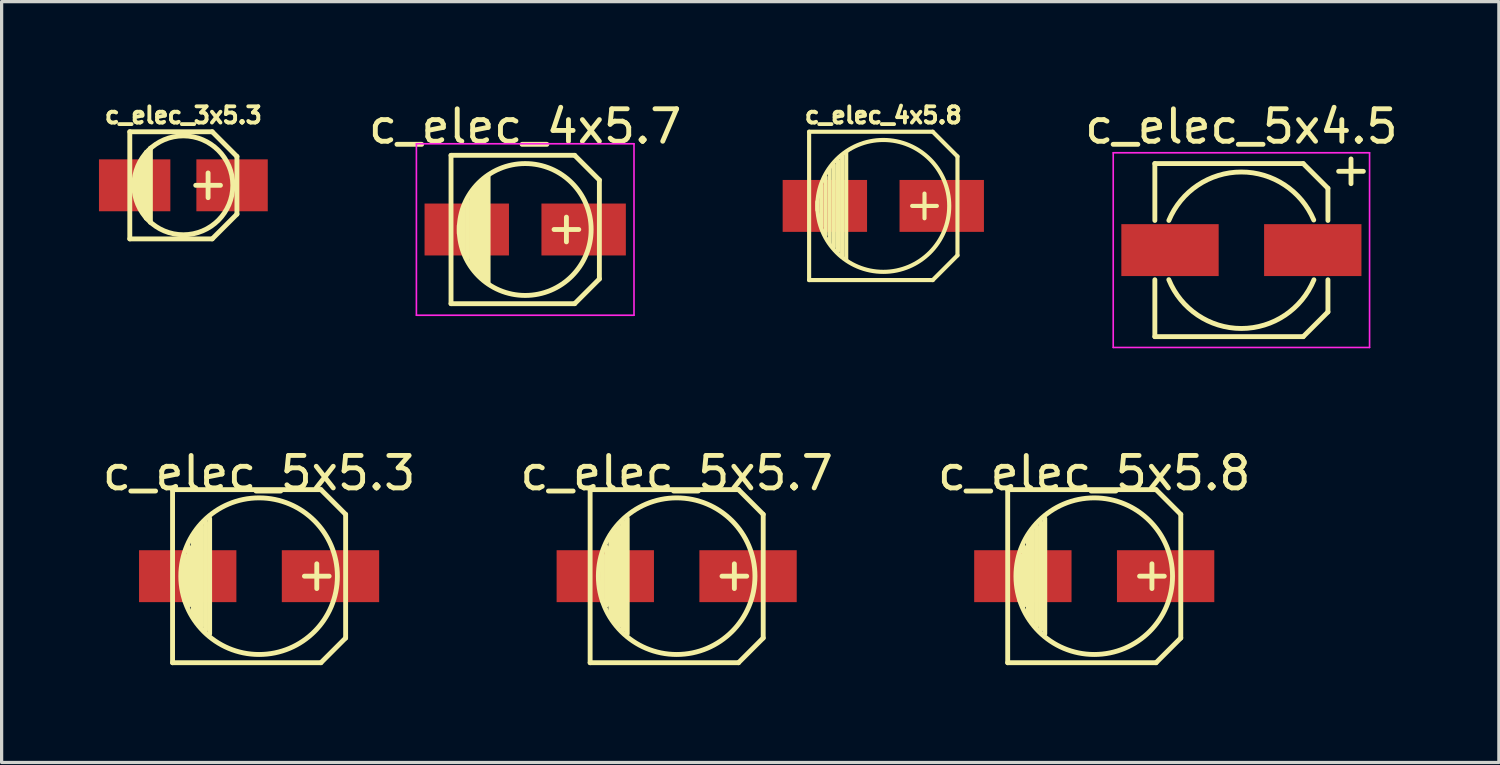
<source format=kicad_pcb>
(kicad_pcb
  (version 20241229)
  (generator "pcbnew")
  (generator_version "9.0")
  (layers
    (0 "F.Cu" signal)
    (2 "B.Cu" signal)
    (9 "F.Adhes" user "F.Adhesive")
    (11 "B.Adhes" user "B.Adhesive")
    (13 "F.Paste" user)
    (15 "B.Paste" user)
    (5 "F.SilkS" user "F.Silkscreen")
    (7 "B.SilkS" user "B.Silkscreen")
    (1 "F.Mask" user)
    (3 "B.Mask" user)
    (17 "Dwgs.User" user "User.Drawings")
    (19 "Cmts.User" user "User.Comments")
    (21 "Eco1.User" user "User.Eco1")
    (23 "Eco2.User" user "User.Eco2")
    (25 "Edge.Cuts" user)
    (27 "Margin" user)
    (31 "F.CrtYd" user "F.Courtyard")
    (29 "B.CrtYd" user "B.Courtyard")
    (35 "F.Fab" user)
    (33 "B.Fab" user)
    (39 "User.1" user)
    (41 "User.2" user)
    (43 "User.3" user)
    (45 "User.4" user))
  (footprint "c_elec_4x5.7"
    (layer "F.Cu")
    (at 13.136 4.023)
    (property "Reference" "c_elec_4x5.7" (at 0 -3.175 0) (layer "F.SilkS") (effects (font (size 1 1) (thickness 0.15))))
    (attr smd)
    (fp_line (start -2.286 -2.286) (end -2.286 2.286) (stroke (width 0.15) (type solid)) (layer "F.SilkS"))
    (fp_line (start -2.032 0.127) (end -2.032 -0.127) (stroke (width 0.15) (type solid)) (layer "F.SilkS"))
    (fp_line (start -1.905 -0.635) (end -1.905 0.635) (stroke (width 0.15) (type solid)) (layer "F.SilkS"))
    (fp_line (start -1.778 0.889) (end -1.778 -0.889) (stroke (width 0.15) (type solid)) (layer "F.SilkS"))
    (fp_line (start -1.651 1.143) (end -1.651 -1.143) (stroke (width 0.15) (type solid)) (layer "F.SilkS"))
    (fp_line (start -1.524 -1.27) (end -1.524 1.27) (stroke (width 0.15) (type solid)) (layer "F.SilkS"))
    (fp_line (start -1.397 1.397) (end -1.397 -1.397) (stroke (width 0.15) (type solid)) (layer "F.SilkS"))
    (fp_line (start -1.27 -1.524) (end -1.27 1.524) (stroke (width 0.15) (type solid)) (layer "F.SilkS"))
    (fp_line (start -1.143 -1.651) (end -1.143 1.651) (stroke (width 0.15) (type solid)) (layer "F.SilkS"))
    (fp_line (start 1.27 -0.381) (end 1.27 0.381) (stroke (width 0.15) (type solid)) (layer "F.SilkS"))
    (fp_line (start 1.524 -2.286) (end -2.286 -2.286) (stroke (width 0.15) (type solid)) (layer "F.SilkS"))
    (fp_line (start 1.524 -2.286) (end 2.286 -1.524) (stroke (width 0.15) (type solid)) (layer "F.SilkS"))
    (fp_line (start 1.524 2.286) (end -2.286 2.286) (stroke (width 0.15) (type solid)) (layer "F.SilkS"))
    (fp_line (start 1.524 2.286) (end 2.286 1.524) (stroke (width 0.15) (type solid)) (layer "F.SilkS"))
    (fp_line (start 1.651 0) (end 0.889 0) (stroke (width 0.15) (type solid)) (layer "F.SilkS"))
    (fp_line (start 2.286 -1.524) (end 2.286 1.524) (stroke (width 0.15) (type solid)) (layer "F.SilkS"))
    (fp_circle (center 0 0) (end -2.032 0) (stroke (width 0.15) (type solid)) (fill no) (layer "F.SilkS"))
    (fp_line (start -3.353 -2.642) (end 3.353 -2.642) (stroke (width 0.05) (type solid)) (layer "F.CrtYd"))
    (fp_line (start -3.353 2.642) (end -3.353 -2.642) (stroke (width 0.05) (type solid)) (layer "F.CrtYd"))
    (fp_line (start 3.353 -2.642) (end 3.353 2.642) (stroke (width 0.05) (type solid)) (layer "F.CrtYd"))
    (fp_line (start 3.353 2.642) (end -3.353 2.642) (stroke (width 0.05) (type solid)) (layer "F.CrtYd"))
    (pad "1" smd rect (at 1.801 0) (size 2.601 1.6) (layers "F.Cu" "F.Mask" "F.Paste"))
    (pad "2" smd rect (at -1.801 0) (size 2.601 1.6) (layers "F.Cu" "F.Mask" "F.Paste")))
  (footprint "c_elec_5x5.3"
    (layer "F.Cu")
    (at 4.935 14.707)
    (property "Reference" "c_elec_5x5.3" (at 0 -3.175 0) (layer "F.SilkS") (effects (font (size 1 1) (thickness 0.15))))
    (attr through_hole)
    (fp_line (start -2.667 -2.667) (end 1.905 -2.667) (stroke (width 0.15) (type solid)) (layer "F.SilkS"))
    (fp_line (start -2.667 2.667) (end -2.667 -2.667) (stroke (width 0.15) (type solid)) (layer "F.SilkS"))
    (fp_line (start -2.286 -0.635) (end -2.286 0.762) (stroke (width 0.15) (type solid)) (layer "F.SilkS"))
    (fp_line (start -2.159 -0.889) (end -2.159 0.889) (stroke (width 0.15) (type solid)) (layer "F.SilkS"))
    (fp_line (start -2.032 -1.27) (end -2.032 1.27) (stroke (width 0.15) (type solid)) (layer "F.SilkS"))
    (fp_line (start -1.905 1.397) (end -1.905 -1.397) (stroke (width 0.15) (type solid)) (layer "F.SilkS"))
    (fp_line (start -1.778 -1.524) (end -1.778 1.524) (stroke (width 0.15) (type solid)) (layer "F.SilkS"))
    (fp_line (start -1.651 1.651) (end -1.651 -1.651) (stroke (width 0.15) (type solid)) (layer "F.SilkS"))
    (fp_line (start -1.524 -1.778) (end -1.524 1.778) (stroke (width 0.15) (type solid)) (layer "F.SilkS"))
    (fp_line (start 1.778 -0.381) (end 1.778 0.381) (stroke (width 0.15) (type solid)) (layer "F.SilkS"))
    (fp_line (start 1.905 -2.667) (end 2.667 -1.905) (stroke (width 0.15) (type solid)) (layer "F.SilkS"))
    (fp_line (start 1.905 2.667) (end -2.667 2.667) (stroke (width 0.15) (type solid)) (layer "F.SilkS"))
    (fp_line (start 2.159 0) (end 1.397 0) (stroke (width 0.15) (type solid)) (layer "F.SilkS"))
    (fp_line (start 2.667 -1.905) (end 2.667 1.905) (stroke (width 0.15) (type solid)) (layer "F.SilkS"))
    (fp_line (start 2.667 1.905) (end 1.905 2.667) (stroke (width 0.15) (type solid)) (layer "F.SilkS"))
    (fp_circle (center 0 0) (end -2.413 0) (stroke (width 0.15) (type solid)) (fill no) (layer "F.SilkS"))
    (pad "1" smd rect (at 2.2 0) (size 3 1.6) (layers "F.Cu" "F.Mask" "F.Paste"))
    (pad "2" smd rect (at -2.2 0) (size 3 1.6) (layers "F.Cu" "F.Mask" "F.Paste")))
  (footprint "c_elec_3x5.3"
    (layer "F.Cu")
    (at 2.601 2.661)
    (property "Reference" "c_elec_3x5.3" (at 0 -2.159 0) (layer "F.SilkS") (effects (font (size 0.5 0.5) (thickness 0.119))))
    (attr through_hole)
    (fp_line (start -1.651 -1.651) (end -1.651 1.651) (stroke (width 0.15) (type solid)) (layer "F.SilkS"))
    (fp_line (start -1.651 1.651) (end 0.889 1.651) (stroke (width 0.15) (type solid)) (layer "F.SilkS"))
    (fp_line (start -1.397 -0.508) (end -1.397 0.508) (stroke (width 0.15) (type solid)) (layer "F.SilkS"))
    (fp_line (start -1.27 -0.762) (end -1.27 0.762) (stroke (width 0.15) (type solid)) (layer "F.SilkS"))
    (fp_line (start -1.143 -1.016) (end -1.143 1.016) (stroke (width 0.15) (type solid)) (layer "F.SilkS"))
    (fp_line (start -1.016 -1.143) (end -1.016 1.143) (stroke (width 0.15) (type solid)) (layer "F.SilkS"))
    (fp_line (start 0.762 -0.381) (end 0.762 0.381) (stroke (width 0.15) (type solid)) (layer "F.SilkS"))
    (fp_line (start 0.889 -1.651) (end -1.651 -1.651) (stroke (width 0.15) (type solid)) (layer "F.SilkS"))
    (fp_line (start 0.889 1.651) (end 1.651 0.889) (stroke (width 0.15) (type solid)) (layer "F.SilkS"))
    (fp_line (start 1.143 0) (end 0.381 0) (stroke (width 0.15) (type solid)) (layer "F.SilkS"))
    (fp_line (start 1.651 -0.889) (end 0.889 -1.651) (stroke (width 0.15) (type solid)) (layer "F.SilkS"))
    (fp_line (start 1.651 0.889) (end 1.651 -0.889) (stroke (width 0.15) (type solid)) (layer "F.SilkS"))
    (fp_circle (center 0 0) (end 1.524 0) (stroke (width 0.15) (type solid)) (fill no) (layer "F.SilkS"))
    (pad "1" smd rect (at 1.501 0) (size 2.2 1.6) (layers "F.Cu" "F.Mask" "F.Paste"))
    (pad "2" smd rect (at -1.501 0) (size 2.2 1.6) (layers "F.Cu" "F.Mask" "F.Paste")))
  (footprint "c_elec_5x5.8"
    (layer "F.Cu")
    (at 30.673 14.707)
    (property "Reference" "c_elec_5x5.8" (at 0 -3.175 0) (layer "F.SilkS") (effects (font (size 1 1) (thickness 0.15))))
    (attr through_hole)
    (fp_line (start -2.667 -2.667) (end 1.905 -2.667) (stroke (width 0.15) (type solid)) (layer "F.SilkS"))
    (fp_line (start -2.667 2.667) (end -2.667 -2.667) (stroke (width 0.15) (type solid)) (layer "F.SilkS"))
    (fp_line (start -2.286 -0.635) (end -2.286 0.762) (stroke (width 0.15) (type solid)) (layer "F.SilkS"))
    (fp_line (start -2.159 -0.889) (end -2.159 0.889) (stroke (width 0.15) (type solid)) (layer "F.SilkS"))
    (fp_line (start -2.032 -1.27) (end -2.032 1.27) (stroke (width 0.15) (type solid)) (layer "F.SilkS"))
    (fp_line (start -1.905 1.397) (end -1.905 -1.397) (stroke (width 0.15) (type solid)) (layer "F.SilkS"))
    (fp_line (start -1.778 -1.524) (end -1.778 1.524) (stroke (width 0.15) (type solid)) (layer "F.SilkS"))
    (fp_line (start -1.651 1.651) (end -1.651 -1.651) (stroke (width 0.15) (type solid)) (layer "F.SilkS"))
    (fp_line (start -1.524 -1.778) (end -1.524 1.778) (stroke (width 0.15) (type solid)) (layer "F.SilkS"))
    (fp_line (start 1.778 -0.381) (end 1.778 0.381) (stroke (width 0.15) (type solid)) (layer "F.SilkS"))
    (fp_line (start 1.905 -2.667) (end 2.667 -1.905) (stroke (width 0.15) (type solid)) (layer "F.SilkS"))
    (fp_line (start 1.905 2.667) (end -2.667 2.667) (stroke (width 0.15) (type solid)) (layer "F.SilkS"))
    (fp_line (start 2.159 0) (end 1.397 0) (stroke (width 0.15) (type solid)) (layer "F.SilkS"))
    (fp_line (start 2.667 -1.905) (end 2.667 1.905) (stroke (width 0.15) (type solid)) (layer "F.SilkS"))
    (fp_line (start 2.667 1.905) (end 1.905 2.667) (stroke (width 0.15) (type solid)) (layer "F.SilkS"))
    (fp_circle (center 0 0) (end -2.413 0) (stroke (width 0.15) (type solid)) (fill no) (layer "F.SilkS"))
    (pad "1" smd rect (at 2.2 0) (size 3 1.6) (layers "F.Cu" "F.Mask" "F.Paste"))
    (pad "2" smd rect (at -2.2 0) (size 3 1.6) (layers "F.Cu" "F.Mask" "F.Paste")))
  (footprint "c_elec_5x4.5"
    (layer "F.Cu")
    (at 35.208 4.658)
    (property "Reference" "c_elec_5x4.5" (at 0 -3.81 0) (layer "F.SilkS") (effects (font (size 1 1) (thickness 0.15))))
    (attr smd)
    (fp_line (start -2.667 -2.667) (end -2.667 -0.914) (stroke (width 0.15) (type solid)) (layer "F.SilkS"))
    (fp_line (start -2.667 -2.667) (end 1.905 -2.667) (stroke (width 0.15) (type solid)) (layer "F.SilkS"))
    (fp_line (start -2.667 2.667) (end -2.667 0.914) (stroke (width 0.15) (type solid)) (layer "F.SilkS"))
    (fp_line (start 1.905 -2.667) (end 2.667 -1.905) (stroke (width 0.15) (type solid)) (layer "F.SilkS"))
    (fp_line (start 1.905 2.667) (end -2.667 2.667) (stroke (width 0.15) (type solid)) (layer "F.SilkS"))
    (fp_line (start 2.667 -1.905) (end 2.667 -0.914) (stroke (width 0.15) (type solid)) (layer "F.SilkS"))
    (fp_line (start 2.667 1.905) (end 1.905 2.667) (stroke (width 0.15) (type solid)) (layer "F.SilkS"))
    (fp_line (start 2.667 1.905) (end 2.667 0.914) (stroke (width 0.15) (type solid)) (layer "F.SilkS"))
    (fp_arc (start -2.2352 -0.9144) (mid -0.007292 -2.407131) (end 2.229572 -0.927855) (stroke (width 0.15) (type solid)) (layer "F.SilkS"))
    (fp_arc (start 2.2352 0.9144) (mid -0.002066 2.415004) (end -2.236761 0.910574) (stroke (width 0.15) (type solid)) (layer "F.SilkS"))
    (fp_line (start -3.95 -3) (end 3.95 -3) (stroke (width 0.05) (type solid)) (layer "F.CrtYd"))
    (fp_line (start -3.95 3) (end -3.95 -3) (stroke (width 0.05) (type solid)) (layer "F.CrtYd"))
    (fp_line (start 3.95 -3) (end 3.95 3) (stroke (width 0.05) (type solid)) (layer "F.CrtYd"))
    (fp_line (start 3.95 3) (end -3.95 3) (stroke (width 0.05) (type solid)) (layer "F.CrtYd"))
    (fp_text user "+" (at 3.378 -2.502 0) (layer "F.SilkS") (effects (font (size 1 1) (thickness 0.15))))
    (pad "1" smd rect (at 2.2 0) (size 3 1.6) (layers "F.Cu" "F.Mask" "F.Paste"))
    (pad "2" smd rect (at -2.2 0) (size 3 1.6) (layers "F.Cu" "F.Mask" "F.Paste")))
  (footprint "c_elec_4x5.8"
    (layer "F.Cu")
    (at 24.172 3.296)
    (property "Reference" "c_elec_4x5.8" (at 0 -2.794 0) (layer "F.SilkS") (effects (font (size 0.5 0.5) (thickness 0.119))))
    (attr through_hole)
    (fp_line (start -2.286 -2.286) (end -2.286 2.286) (stroke (width 0.127) (type solid)) (layer "F.SilkS"))
    (fp_line (start -2.032 0.127) (end -2.032 -0.127) (stroke (width 0.127) (type solid)) (layer "F.SilkS"))
    (fp_line (start -1.905 -0.635) (end -1.905 0.635) (stroke (width 0.127) (type solid)) (layer "F.SilkS"))
    (fp_line (start -1.778 0.889) (end -1.778 -0.889) (stroke (width 0.127) (type solid)) (layer "F.SilkS"))
    (fp_line (start -1.651 1.143) (end -1.651 -1.143) (stroke (width 0.127) (type solid)) (layer "F.SilkS"))
    (fp_line (start -1.524 -1.27) (end -1.524 1.27) (stroke (width 0.127) (type solid)) (layer "F.SilkS"))
    (fp_line (start -1.397 1.397) (end -1.397 -1.397) (stroke (width 0.127) (type solid)) (layer "F.SilkS"))
    (fp_line (start -1.27 -1.524) (end -1.27 1.524) (stroke (width 0.127) (type solid)) (layer "F.SilkS"))
    (fp_line (start -1.143 -1.651) (end -1.143 1.651) (stroke (width 0.127) (type solid)) (layer "F.SilkS"))
    (fp_line (start 1.27 -0.381) (end 1.27 0.381) (stroke (width 0.127) (type solid)) (layer "F.SilkS"))
    (fp_line (start 1.524 -2.286) (end -2.286 -2.286) (stroke (width 0.127) (type solid)) (layer "F.SilkS"))
    (fp_line (start 1.524 -2.286) (end 2.286 -1.524) (stroke (width 0.127) (type solid)) (layer "F.SilkS"))
    (fp_line (start 1.524 2.286) (end -2.286 2.286) (stroke (width 0.127) (type solid)) (layer "F.SilkS"))
    (fp_line (start 1.524 2.286) (end 2.286 1.524) (stroke (width 0.127) (type solid)) (layer "F.SilkS"))
    (fp_line (start 1.651 0) (end 0.889 0) (stroke (width 0.127) (type solid)) (layer "F.SilkS"))
    (fp_line (start 2.286 -1.524) (end 2.286 1.524) (stroke (width 0.127) (type solid)) (layer "F.SilkS"))
    (fp_circle (center 0 0) (end -2.032 0) (stroke (width 0.127) (type solid)) (fill no) (layer "F.SilkS"))
    (pad "1" smd rect (at 1.801 0) (size 2.601 1.6) (layers "F.Cu" "F.Mask" "F.Paste"))
    (pad "2" smd rect (at -1.801 0) (size 2.601 1.6) (layers "F.Cu" "F.Mask" "F.Paste")))
  (footprint "c_elec_5x5.7"
    (layer "F.Cu")
    (at 17.804 14.707)
    (property "Reference" "c_elec_5x5.7" (at 0 -3.175 0) (layer "F.SilkS") (effects (font (size 1 1) (thickness 0.15))))
    (attr through_hole)
    (fp_line (start -2.667 -2.667) (end 1.905 -2.667) (stroke (width 0.15) (type solid)) (layer "F.SilkS"))
    (fp_line (start -2.667 2.667) (end -2.667 -2.667) (stroke (width 0.15) (type solid)) (layer "F.SilkS"))
    (fp_line (start -2.286 -0.635) (end -2.286 0.762) (stroke (width 0.15) (type solid)) (layer "F.SilkS"))
    (fp_line (start -2.159 -0.889) (end -2.159 0.889) (stroke (width 0.15) (type solid)) (layer "F.SilkS"))
    (fp_line (start -2.032 -1.27) (end -2.032 1.27) (stroke (width 0.15) (type solid)) (layer "F.SilkS"))
    (fp_line (start -1.905 1.397) (end -1.905 -1.397) (stroke (width 0.15) (type solid)) (layer "F.SilkS"))
    (fp_line (start -1.778 -1.524) (end -1.778 1.524) (stroke (width 0.15) (type solid)) (layer "F.SilkS"))
    (fp_line (start -1.651 1.651) (end -1.651 -1.651) (stroke (width 0.15) (type solid)) (layer "F.SilkS"))
    (fp_line (start -1.524 -1.778) (end -1.524 1.778) (stroke (width 0.15) (type solid)) (layer "F.SilkS"))
    (fp_line (start 1.778 -0.381) (end 1.778 0.381) (stroke (width 0.15) (type solid)) (layer "F.SilkS"))
    (fp_line (start 1.905 -2.667) (end 2.667 -1.905) (stroke (width 0.15) (type solid)) (layer "F.SilkS"))
    (fp_line (start 1.905 2.667) (end -2.667 2.667) (stroke (width 0.15) (type solid)) (layer "F.SilkS"))
    (fp_line (start 2.159 0) (end 1.397 0) (stroke (width 0.15) (type solid)) (layer "F.SilkS"))
    (fp_line (start 2.667 -1.905) (end 2.667 1.905) (stroke (width 0.15) (type solid)) (layer "F.SilkS"))
    (fp_line (start 2.667 1.905) (end 1.905 2.667) (stroke (width 0.15) (type solid)) (layer "F.SilkS"))
    (fp_circle (center 0 0) (end -2.413 0) (stroke (width 0.15) (type solid)) (fill no) (layer "F.SilkS"))
    (pad "1" smd rect (at 2.2 0) (size 3 1.6) (layers "F.Cu" "F.Mask" "F.Paste"))
    (pad "2" smd rect (at -2.2 0) (size 3 1.6) (layers "F.Cu" "F.Mask" "F.Paste")))
  (gr_rect
    (start -3 -3)
    (end 43.143 20.448)
    (stroke (width 0.1) (type default))
    (fill no)
    (layer "Edge.Cuts")))
</source>
